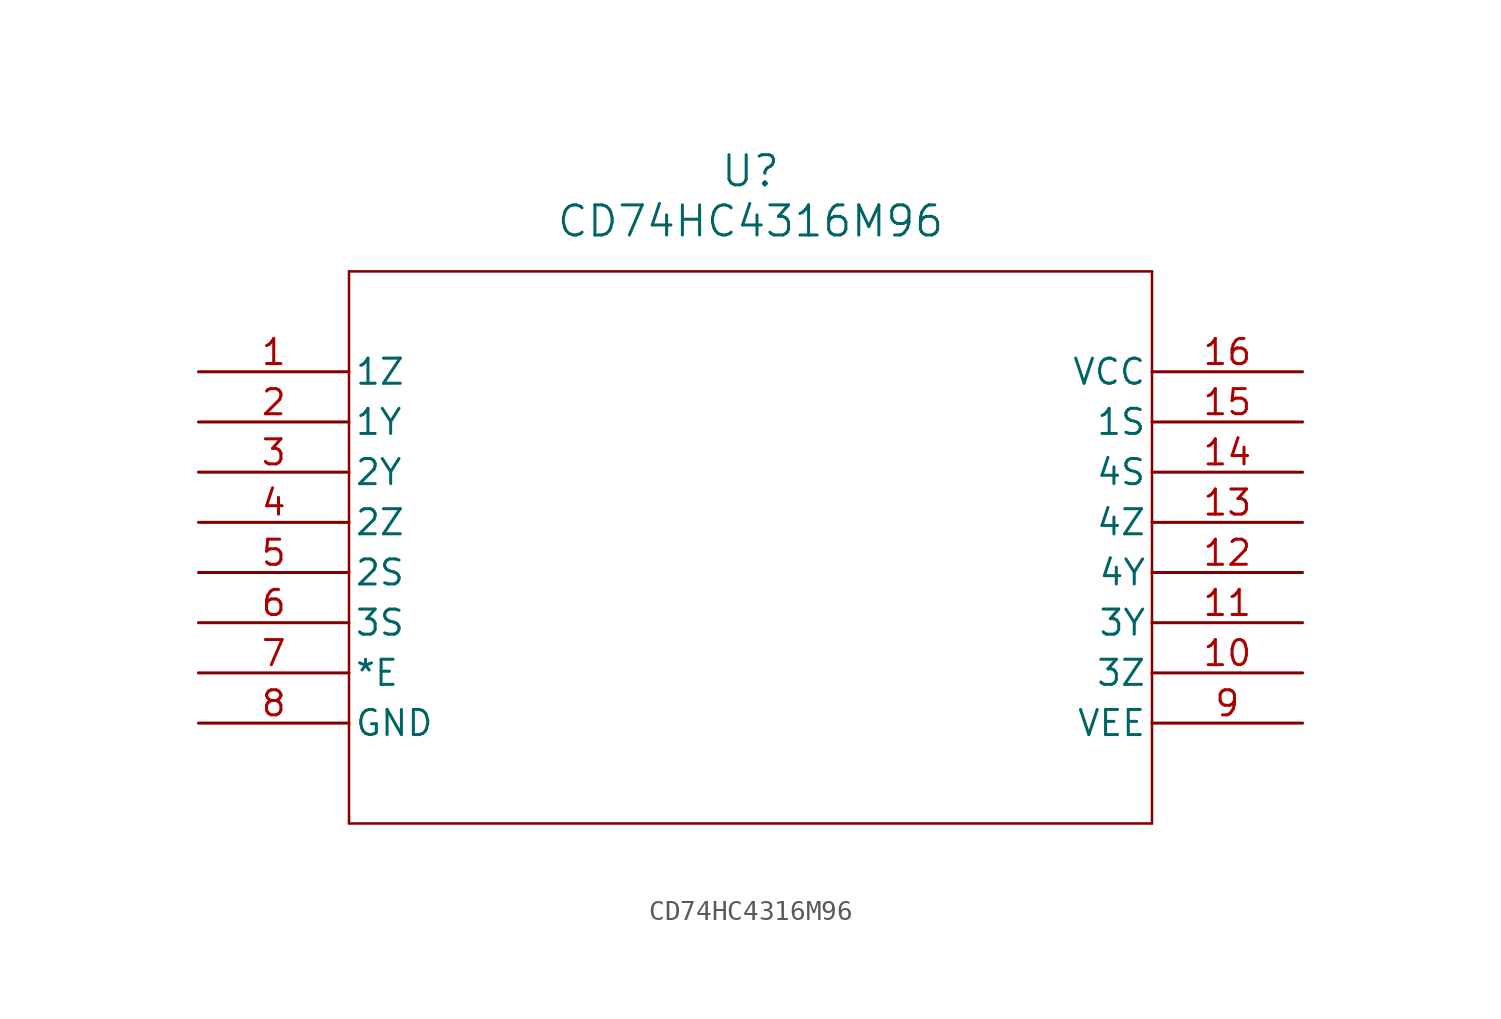
<source format=kicad_sym>
(kicad_symbol_lib
  (version 20211014)
  (generator kicad_symbol_editor)
  (symbol "CD74HC4316M96"
    (pin_names
      (offset 0.254))
    (property "Reference" "U"
      (at 27.94 10.16 0)
      (effects (font (size 1.524 1.524))))
    (property "Value" "CD74HC4316M96"
      (at 27.94 7.62 0)
      (effects (font (size 1.524 1.524))))
    (symbol "CD74HC4316M96_0_1"
      (polyline (pts (xy 7.62 5.08) (xy 7.62 -22.86)) (stroke (width 0.127) (type default) (color 0 0 0 0)) (fill (type none)))
      (polyline (pts (xy 7.62 -22.86) (xy 48.26 -22.86)) (stroke (width 0.127) (type default) (color 0 0 0 0)) (fill (type none)))
      (polyline (pts (xy 48.26 -22.86) (xy 48.26 5.08)) (stroke (width 0.127) (type default) (color 0 0 0 0)) (fill (type none)))
      (polyline (pts (xy 48.26 5.08) (xy 7.62 5.08)) (stroke (width 0.127) (type default) (color 0 0 0 0)) (fill (type none)))
      (pin output line (at 0 0 0) (length 7.62) (name "1Z" (effects (font (size 1.27 1.27)))) (number "1" (effects (font (size 1.27 1.27)))))
      (pin output line (at 0 -2.54 0) (length 7.62) (name "1Y" (effects (font (size 1.27 1.27)))) (number "2" (effects (font (size 1.27 1.27)))))
      (pin output line (at 0 -5.08 0) (length 7.62) (name "2Y" (effects (font (size 1.27 1.27)))) (number "3" (effects (font (size 1.27 1.27)))))
      (pin output line (at 0 -7.62 0) (length 7.62) (name "2Z" (effects (font (size 1.27 1.27)))) (number "4" (effects (font (size 1.27 1.27)))))
      (pin input line (at 0 -10.16 0) (length 7.62) (name "2S" (effects (font (size 1.27 1.27)))) (number "5" (effects (font (size 1.27 1.27)))))
      (pin input line (at 0 -12.7 0) (length 7.62) (name "3S" (effects (font (size 1.27 1.27)))) (number "6" (effects (font (size 1.27 1.27)))))
      (pin input line (at 0 -15.24 0) (length 7.62) (name "*E" (effects (font (size 1.27 1.27)))) (number "7" (effects (font (size 1.27 1.27)))))
      (pin power_in line (at 0 -17.78 0) (length 7.62) (name "GND" (effects (font (size 1.27 1.27)))) (number "8" (effects (font (size 1.27 1.27)))))
      (pin power_in line (at 55.88 -17.78 180) (length 7.62) (name "VEE" (effects (font (size 1.27 1.27)))) (number "9" (effects (font (size 1.27 1.27)))))
      (pin output line (at 55.88 -15.24 180) (length 7.62) (name "3Z" (effects (font (size 1.27 1.27)))) (number "10" (effects (font (size 1.27 1.27)))))
      (pin output line (at 55.88 -12.7 180) (length 7.62) (name "3Y" (effects (font (size 1.27 1.27)))) (number "11" (effects (font (size 1.27 1.27)))))
      (pin output line (at 55.88 -10.16 180) (length 7.62) (name "4Y" (effects (font (size 1.27 1.27)))) (number "12" (effects (font (size 1.27 1.27)))))
      (pin output line (at 55.88 -7.62 180) (length 7.62) (name "4Z" (effects (font (size 1.27 1.27)))) (number "13" (effects (font (size 1.27 1.27)))))
      (pin input line (at 55.88 -5.08 180) (length 7.62) (name "4S" (effects (font (size 1.27 1.27)))) (number "14" (effects (font (size 1.27 1.27)))))
      (pin input line (at 55.88 -2.54 180) (length 7.62) (name "1S" (effects (font (size 1.27 1.27)))) (number "15" (effects (font (size 1.27 1.27)))))
      (pin power_in line (at 55.88 0 180) (length 7.62) (name "VCC" (effects (font (size 1.27 1.27)))) (number "16" (effects (font (size 1.27 1.27))))))))
</source>
